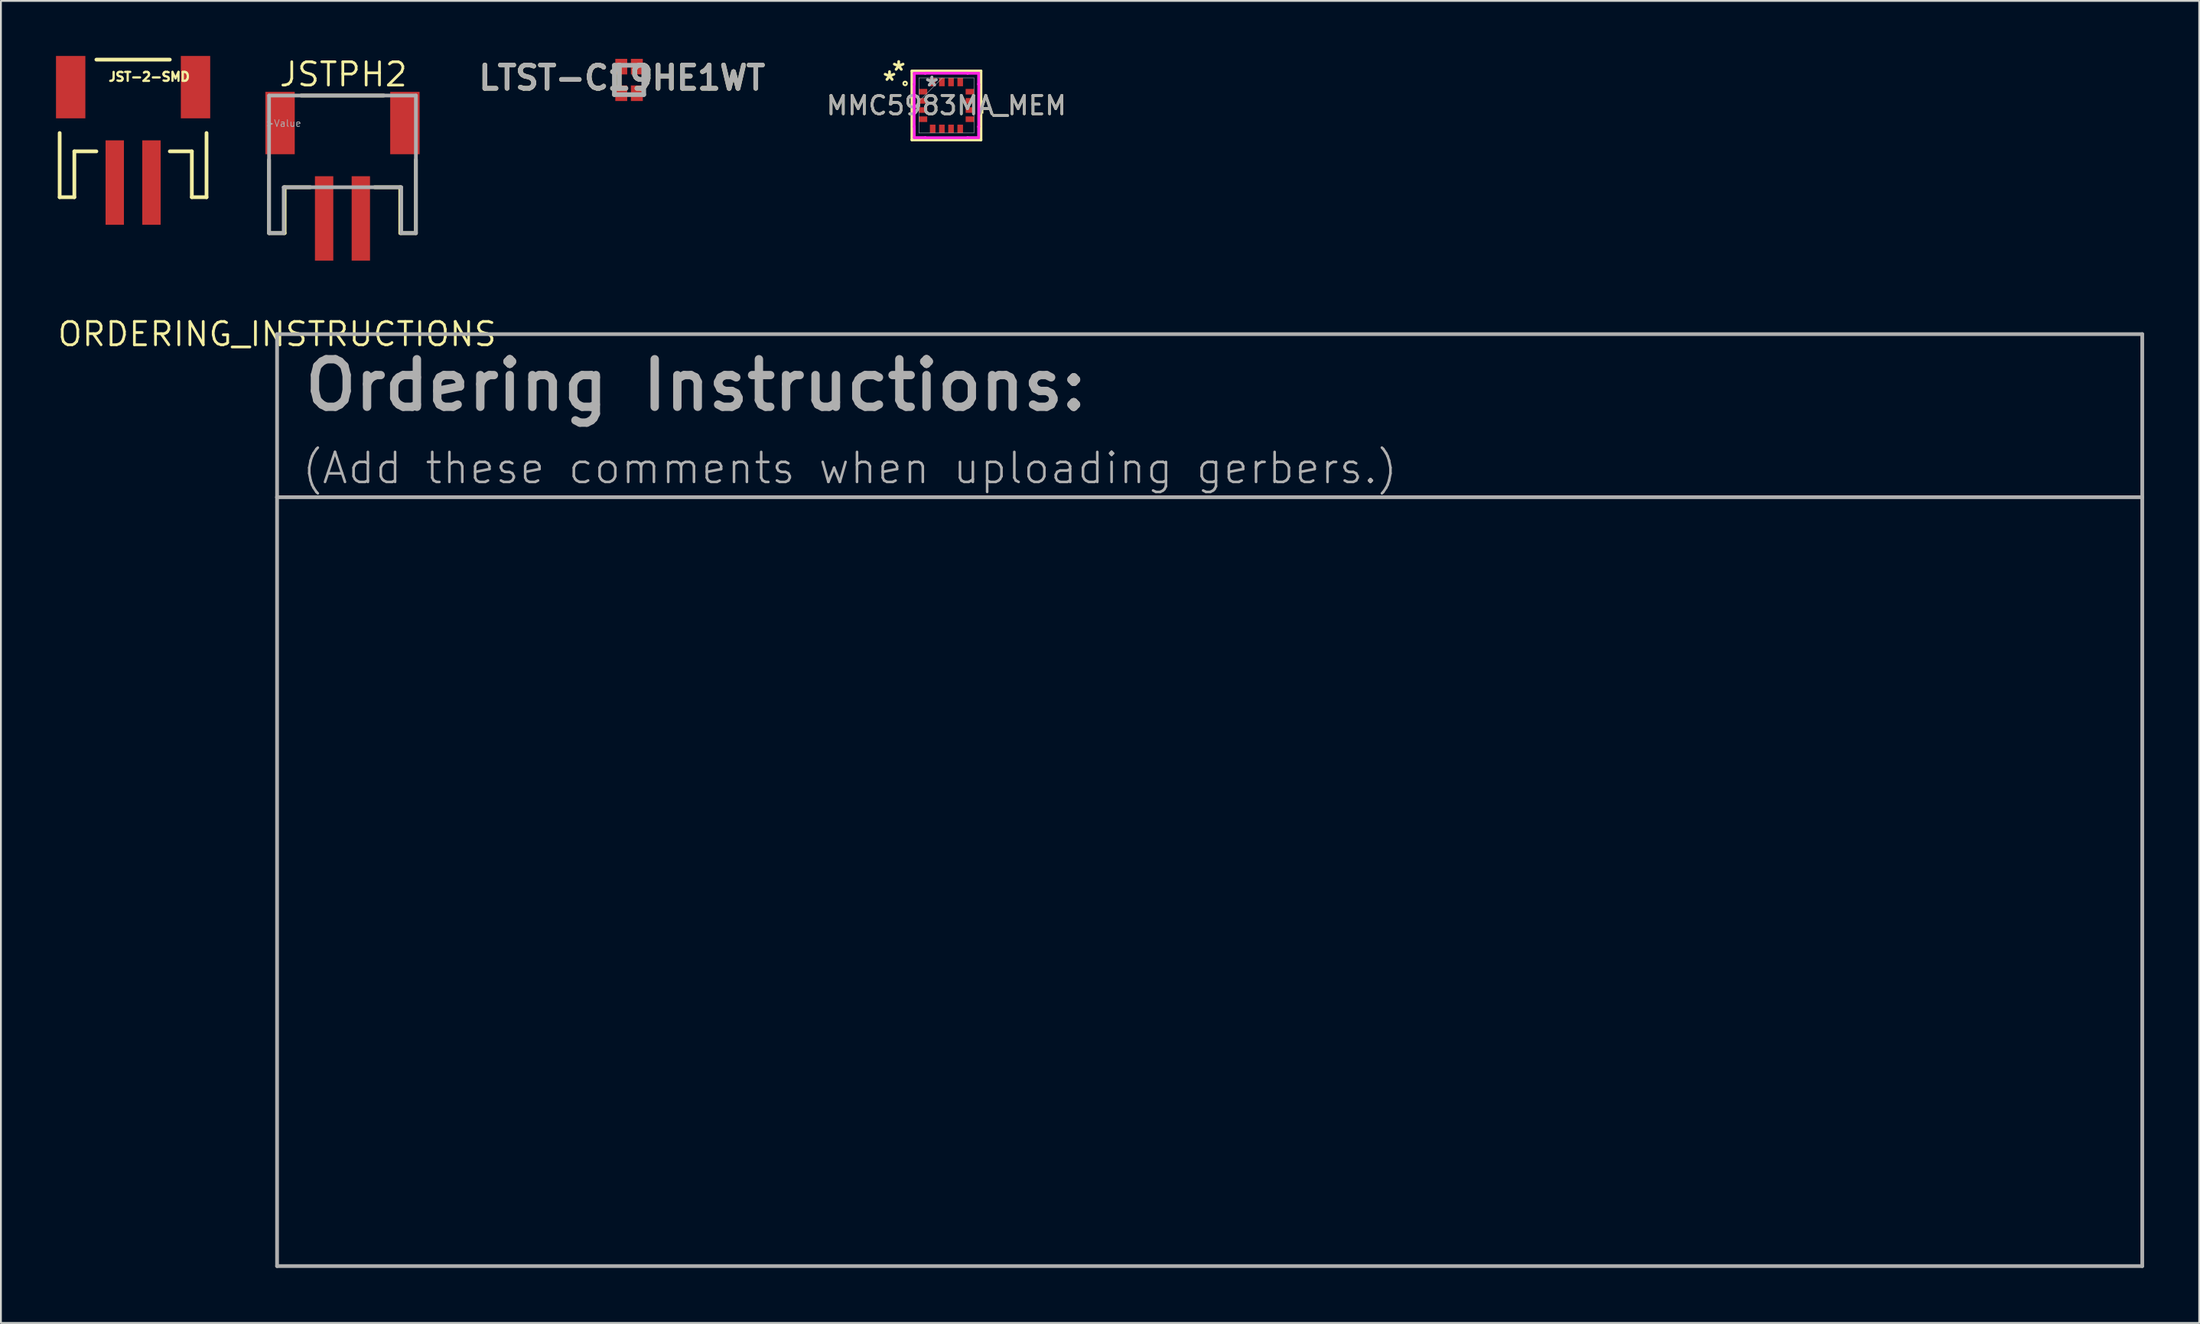
<source format=kicad_pcb>
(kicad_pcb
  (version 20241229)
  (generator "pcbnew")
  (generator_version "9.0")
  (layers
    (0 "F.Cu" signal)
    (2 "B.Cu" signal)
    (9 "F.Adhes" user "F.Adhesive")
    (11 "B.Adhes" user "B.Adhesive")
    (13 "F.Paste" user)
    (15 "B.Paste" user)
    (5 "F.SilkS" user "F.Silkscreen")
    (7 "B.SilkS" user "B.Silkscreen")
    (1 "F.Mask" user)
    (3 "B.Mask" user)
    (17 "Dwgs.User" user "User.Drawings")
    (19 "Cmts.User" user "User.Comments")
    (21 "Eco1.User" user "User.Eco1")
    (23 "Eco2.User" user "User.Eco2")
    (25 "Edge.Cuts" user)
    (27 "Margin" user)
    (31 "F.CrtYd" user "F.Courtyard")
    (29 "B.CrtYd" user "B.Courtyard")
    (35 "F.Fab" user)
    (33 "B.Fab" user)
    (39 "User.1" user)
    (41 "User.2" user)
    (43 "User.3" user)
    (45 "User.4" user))
  (footprint "JSTPH2"
    (layer "F.Cu")
    (at 15.605 5.156)
    (property "Reference" "JSTPH2" (at 0.05 -4.15 0) (layer "F.SilkS") (effects (font (size 1.27 1.27) (thickness 0.15))))
    (fp_line (start -4 4.5) (end -4 0.5) (stroke (width 0.203) (type solid)) (layer "F.SilkS"))
    (fp_line (start -3.15 2) (end -3.15 4.5) (stroke (width 0.203) (type solid)) (layer "F.SilkS"))
    (fp_line (start -3.15 4.5) (end -4 4.5) (stroke (width 0.203) (type solid)) (layer "F.SilkS"))
    (fp_line (start -2.25 -3) (end 2.25 -3) (stroke (width 0.203) (type solid)) (layer "F.SilkS"))
    (fp_line (start -1.75 2) (end -3.15 2) (stroke (width 0.203) (type solid)) (layer "F.SilkS"))
    (fp_line (start 3.15 2) (end 1.75 2) (stroke (width 0.203) (type solid)) (layer "F.SilkS"))
    (fp_line (start 3.15 4.5) (end 3.15 2) (stroke (width 0.203) (type solid)) (layer "F.SilkS"))
    (fp_line (start 4 0.5) (end 4 4.5) (stroke (width 0.203) (type solid)) (layer "F.SilkS"))
    (fp_line (start 4 4.5) (end 3.15 4.5) (stroke (width 0.203) (type solid)) (layer "F.SilkS"))
    (fp_line (start -4 -3) (end 4 -3) (stroke (width 0.203) (type solid)) (layer "F.Fab"))
    (fp_line (start -4 4.5) (end -4 -3) (stroke (width 0.203) (type solid)) (layer "F.Fab"))
    (fp_line (start -3.2 2) (end -3.2 4.5) (stroke (width 0.203) (type solid)) (layer "F.Fab"))
    (fp_line (start -3.2 4.5) (end -4 4.5) (stroke (width 0.203) (type solid)) (layer "F.Fab"))
    (fp_line (start 3.2 2) (end -3.2 2) (stroke (width 0.203) (type solid)) (layer "F.Fab"))
    (fp_line (start 3.2 4.5) (end 3.2 2) (stroke (width 0.203) (type solid)) (layer "F.Fab"))
    (fp_line (start 4 -3) (end 4 4.5) (stroke (width 0.203) (type solid)) (layer "F.Fab"))
    (fp_line (start 4 4.5) (end 3.2 4.5) (stroke (width 0.203) (type solid)) (layer "F.Fab"))
    (fp_text user ">Value" (at -2.223 -1.27 0) (layer "F.Fab") (effects (font (size 0.366 0.366) (thickness 0.041)) (justify right bottom)))
    (pad "1" smd rect (at -1 3.7 180) (size 1 4.6) (layers "F.Cu" "F.Mask" "F.Paste"))
    (pad "2" smd rect (at 1 3.7 180) (size 1 4.6) (layers "F.Cu" "F.Mask" "F.Paste"))
    (pad "NC1" smd rect (at -3.4 -1.5 270) (size 3.4 1.6) (layers "F.Cu" "F.Mask" "F.Paste"))
    (pad "NC2" smd rect (at 3.4 -1.5 270) (size 3.4 1.6) (layers "F.Cu" "F.Mask" "F.Paste")))
  (footprint "JST-2-SMD"
    (layer "F.Cu")
    (at 4.2 3.2)
    (property "Reference" "JST-2-SMD" (at -1.397 -1.778 0) (layer "F.SilkS") (effects (font (size 0.488 0.488) (thickness 0.122)) (justify left bottom)))
    (fp_line (start -4 1) (end -4 4.5) (stroke (width 0.203) (type solid)) (layer "F.SilkS"))
    (fp_line (start -4 4.5) (end -3.2 4.5) (stroke (width 0.203) (type solid)) (layer "F.SilkS"))
    (fp_line (start -3.2 2) (end -2 2) (stroke (width 0.203) (type solid)) (layer "F.SilkS"))
    (fp_line (start -3.2 4.5) (end -3.2 2) (stroke (width 0.203) (type solid)) (layer "F.SilkS"))
    (fp_line (start 2 -3) (end -2 -3) (stroke (width 0.203) (type solid)) (layer "F.SilkS"))
    (fp_line (start 2 2) (end 3.2 2) (stroke (width 0.203) (type solid)) (layer "F.SilkS"))
    (fp_line (start 3.2 2) (end 3.2 4.5) (stroke (width 0.203) (type solid)) (layer "F.SilkS"))
    (fp_line (start 3.2 4.5) (end 4 4.5) (stroke (width 0.203) (type solid)) (layer "F.SilkS"))
    (fp_line (start 4 4.5) (end 4 1) (stroke (width 0.203) (type solid)) (layer "F.SilkS"))
    (pad "1" smd rect (at -1 3.7) (size 1 4.6) (layers "F.Cu" "F.Mask" "F.Paste"))
    (pad "2" smd rect (at 1 3.7) (size 1 4.6) (layers "F.Cu" "F.Mask" "F.Paste"))
    (pad "NC1" smd rect (at -3.4 -1.5 90) (size 3.4 1.6) (layers "F.Cu" "F.Mask" "F.Paste"))
    (pad "NC2" smd rect (at 3.4 -1.5 90) (size 3.4 1.6) (layers "F.Cu" "F.Mask" "F.Paste")))
  (footprint "ORDERING_INSTRUCTIONS"
    (layer "F.Cu")
    (at 12.042 15.162)
    (property "Reference" "ORDERING_INSTRUCTIONS" (at 0 0 0) (layer "F.SilkS") (effects (font (size 1.27 1.27) (thickness 0.15))))
    (fp_line (start 0 0) (end 101.6 0) (stroke (width 0.203) (type solid)) (layer "F.Fab"))
    (fp_line (start 0 8.89) (end 0 0) (stroke (width 0.203) (type solid)) (layer "F.Fab"))
    (fp_line (start 0 8.89) (end 101.6 8.89) (stroke (width 0.203) (type solid)) (layer "F.Fab"))
    (fp_line (start 0 50.8) (end 0 8.89) (stroke (width 0.203) (type solid)) (layer "F.Fab"))
    (fp_line (start 101.6 0) (end 101.6 8.89) (stroke (width 0.203) (type solid)) (layer "F.Fab"))
    (fp_line (start 101.6 8.89) (end 101.6 50.8) (stroke (width 0.203) (type solid)) (layer "F.Fab"))
    (fp_line (start 101.6 50.8) (end 0 50.8) (stroke (width 0.203) (type solid)) (layer "F.Fab"))
    (fp_text user "Ordering Instructions:" (at 1.27 1.27 0) (layer "F.Fab") (effects (font (size 2.591 2.591) (thickness 0.457)) (justify left top)))
    (fp_text user "(Add these comments when uploading gerbers.)" (at 1.27 6.35 0) (layer "F.Fab") (effects (font (size 1.636 1.636) (thickness 0.142)) (justify left top))))
  (footprint "LTST-C19HE1WT"
    (layer "F.Cu")
    (at 31.216 1.307)
    (property "Reference" "LTST-C19HE1WT" (at -0.386 -0.118 0) (layer "F.SilkS") (effects (font (size 1.27 1.27) (thickness 0.254))))
    (attr smd)
    (fp_line (start -0.8 -0.8) (end 0.8 -0.8) (stroke (width 0.254) (type solid)) (layer "F.Fab"))
    (fp_line (start -0.8 0.8) (end -0.8 -0.8) (stroke (width 0.254) (type solid)) (layer "F.Fab"))
    (fp_line (start 0.8 -0.8) (end 0.8 0.8) (stroke (width 0.254) (type solid)) (layer "F.Fab"))
    (fp_line (start 0.8 0.8) (end -0.8 0.8) (stroke (width 0.254) (type solid)) (layer "F.Fab"))
    (fp_text user "${REFERENCE}" (at -0.386 -0.118 0) (layer "F.Fab") (effects (font (size 1.27 1.27) (thickness 0.254))))
    (pad "1" smd rect (at -0.425 -0.725) (size 0.65 0.85) (layers "F.Cu" "F.Mask" "F.Paste"))
    (pad "2" smd rect (at 0.425 -0.725) (size 0.65 0.85) (layers "F.Cu" "F.Mask" "F.Paste"))
    (pad "3" smd rect (at 0.425 0.725) (size 0.65 0.85) (layers "F.Cu" "F.Mask" "F.Paste"))
    (pad "4" smd rect (at -0.425 0.725) (size 0.65 0.85) (layers "F.Cu" "F.Mask" "F.Paste")))
  (footprint "MMC5983MA_MEM"
    (layer "F.Cu")
    (at 48.504 2.698)
    (property "Reference" "MMC5983MA_MEM" (at 0 0 0) (unlocked yes) (layer "F.SilkS") (effects (font (size 1 1) (thickness 0.15))))
    (attr smd)
    (fp_line (start -1.88 -1.88) (end -1.88 1.88) (stroke (width 0.152) (type solid)) (layer "F.SilkS"))
    (fp_line (start -1.88 1.88) (end 1.88 1.88) (stroke (width 0.152) (type solid)) (layer "F.SilkS"))
    (fp_line (start 1.88 -1.88) (end -1.88 -1.88) (stroke (width 0.152) (type solid)) (layer "F.SilkS"))
    (fp_line (start 1.88 1.88) (end 1.88 -1.88) (stroke (width 0.152) (type solid)) (layer "F.SilkS"))
    (fp_circle (center -2.25 -1.2) (end -2.15 -1.2) (stroke (width 0.1) (type default)) (fill no) (layer "F.SilkS"))
    (fp_poly (pts (xy 2.012 0.059) (xy 2.012 0.441) (xy 1.758 0.441) (xy 1.758 0.059)) (stroke (width 0) (type solid)) (fill yes) (layer "F.SilkS"))
    (fp_line (start -1.758 -1.156) (end -1.753 -1.156) (stroke (width 0.152) (type solid)) (layer "F.CrtYd"))
    (fp_line (start -1.758 1.156) (end -1.758 -1.156) (stroke (width 0.152) (type solid)) (layer "F.CrtYd"))
    (fp_line (start -1.753 -1.753) (end -1.156 -1.753) (stroke (width 0.152) (type solid)) (layer "F.CrtYd"))
    (fp_line (start -1.753 -1.156) (end -1.753 -1.753) (stroke (width 0.152) (type solid)) (layer "F.CrtYd"))
    (fp_line (start -1.753 1.156) (end -1.758 1.156) (stroke (width 0.152) (type solid)) (layer "F.CrtYd"))
    (fp_line (start -1.753 1.753) (end -1.753 1.156) (stroke (width 0.152) (type solid)) (layer "F.CrtYd"))
    (fp_line (start -1.156 -1.758) (end 1.156 -1.758) (stroke (width 0.152) (type solid)) (layer "F.CrtYd"))
    (fp_line (start -1.156 -1.753) (end -1.156 -1.758) (stroke (width 0.152) (type solid)) (layer "F.CrtYd"))
    (fp_line (start -1.156 1.753) (end -1.753 1.753) (stroke (width 0.152) (type solid)) (layer "F.CrtYd"))
    (fp_line (start -1.156 1.758) (end -1.156 1.753) (stroke (width 0.152) (type solid)) (layer "F.CrtYd"))
    (fp_line (start 1.156 -1.758) (end 1.156 -1.753) (stroke (width 0.152) (type solid)) (layer "F.CrtYd"))
    (fp_line (start 1.156 -1.753) (end 1.753 -1.753) (stroke (width 0.152) (type solid)) (layer "F.CrtYd"))
    (fp_line (start 1.156 1.753) (end 1.156 1.758) (stroke (width 0.152) (type solid)) (layer "F.CrtYd"))
    (fp_line (start 1.156 1.758) (end -1.156 1.758) (stroke (width 0.152) (type solid)) (layer "F.CrtYd"))
    (fp_line (start 1.753 -1.753) (end 1.753 -1.156) (stroke (width 0.152) (type solid)) (layer "F.CrtYd"))
    (fp_line (start 1.753 -1.156) (end 1.758 -1.156) (stroke (width 0.152) (type solid)) (layer "F.CrtYd"))
    (fp_line (start 1.753 1.156) (end 1.753 1.753) (stroke (width 0.152) (type solid)) (layer "F.CrtYd"))
    (fp_line (start 1.753 1.753) (end 1.156 1.753) (stroke (width 0.152) (type solid)) (layer "F.CrtYd"))
    (fp_line (start 1.758 -1.156) (end 1.758 1.156) (stroke (width 0.152) (type solid)) (layer "F.CrtYd"))
    (fp_line (start 1.758 1.156) (end 1.753 1.156) (stroke (width 0.152) (type solid)) (layer "F.CrtYd"))
    (fp_line (start -1.499 -1.499) (end -1.499 1.499) (stroke (width 0.025) (type solid)) (layer "F.Fab"))
    (fp_line (start -1.499 -0.229) (end -0.229 -1.499) (stroke (width 0.025) (type solid)) (layer "F.Fab"))
    (fp_line (start -1.499 1.499) (end 1.499 1.499) (stroke (width 0.025) (type solid)) (layer "F.Fab"))
    (fp_line (start 1.499 -1.499) (end -1.499 -1.499) (stroke (width 0.025) (type solid)) (layer "F.Fab"))
    (fp_line (start 1.499 1.499) (end 1.499 -1.499) (stroke (width 0.025) (type solid)) (layer "F.Fab"))
    (fp_text user "*" (at -3.1 -1.3 0) (unlocked yes) (layer "F.SilkS") (effects (font (size 1 1) (thickness 0.15))))
    (fp_text user "*" (at -2.6 -1.85 0) (layer "F.SilkS") (effects (font (size 1 1) (thickness 0.15))))
    (fp_text user "${REFERENCE}" (at 0 0 0) (unlocked yes) (layer "F.Fab") (effects (font (size 1 1) (thickness 0.15))))
    (fp_text user "*" (at -0.792 -1 0) (unlocked yes) (layer "F.Fab") (effects (font (size 1 1) (thickness 0.15))))
    (fp_text user "*" (at -0.792 -1 0) (layer "F.Fab") (effects (font (size 1 1) (thickness 0.15))))
    (pad "1" smd rect (at -1.275 -0.75 90) (size 0.305 0.457) (layers "F.Cu" "F.Mask" "F.Paste"))
    (pad "2" smd rect (at -1.275 -0.25 90) (size 0.305 0.457) (layers "F.Cu" "F.Mask" "F.Paste"))
    (pad "3" smd rect (at -1.275 0.25 90) (size 0.305 0.457) (layers "F.Cu" "F.Mask" "F.Paste"))
    (pad "4" smd rect (at -1.275 0.75 90) (size 0.305 0.457) (layers "F.Cu" "F.Mask" "F.Paste"))
    (pad "5" smd rect (at -0.75 1.275) (size 0.305 0.457) (layers "F.Cu" "F.Mask" "F.Paste"))
    (pad "6" smd rect (at -0.25 1.275) (size 0.305 0.457) (layers "F.Cu" "F.Mask" "F.Paste"))
    (pad "7" smd rect (at 0.25 1.275) (size 0.305 0.457) (layers "F.Cu" "F.Mask" "F.Paste"))
    (pad "8" smd rect (at 0.75 1.275) (size 0.305 0.457) (layers "F.Cu" "F.Mask" "F.Paste"))
    (pad "9" smd rect (at 1.275 0.75 90) (size 0.305 0.457) (layers "F.Cu" "F.Mask" "F.Paste"))
    (pad "10" smd rect (at 1.275 0.25 90) (size 0.305 0.457) (layers "F.Cu" "F.Mask" "F.Paste"))
    (pad "11" smd rect (at 1.275 -0.25 90) (size 0.305 0.457) (layers "F.Cu" "F.Mask" "F.Paste"))
    (pad "12" smd rect (at 1.275 -0.75 90) (size 0.305 0.457) (layers "F.Cu" "F.Mask" "F.Paste"))
    (pad "13" smd rect (at 0.75 -1.275) (size 0.305 0.457) (layers "F.Cu" "F.Mask" "F.Paste"))
    (pad "14" smd rect (at 0.25 -1.275) (size 0.305 0.457) (layers "F.Cu" "F.Mask" "F.Paste"))
    (pad "15" smd rect (at -0.25 -1.275) (size 0.305 0.457) (layers "F.Cu" "F.Mask" "F.Paste"))
    (pad "16" smd rect (at -0.75 -1.275) (size 0.305 0.457) (layers "F.Cu" "F.Mask" "F.Paste")))
  (gr_rect
    (start -3 -3)
    (end 116.744 69.064)
    (stroke (width 0.1) (type default))
    (fill no)
    (layer "Edge.Cuts")))
</source>
